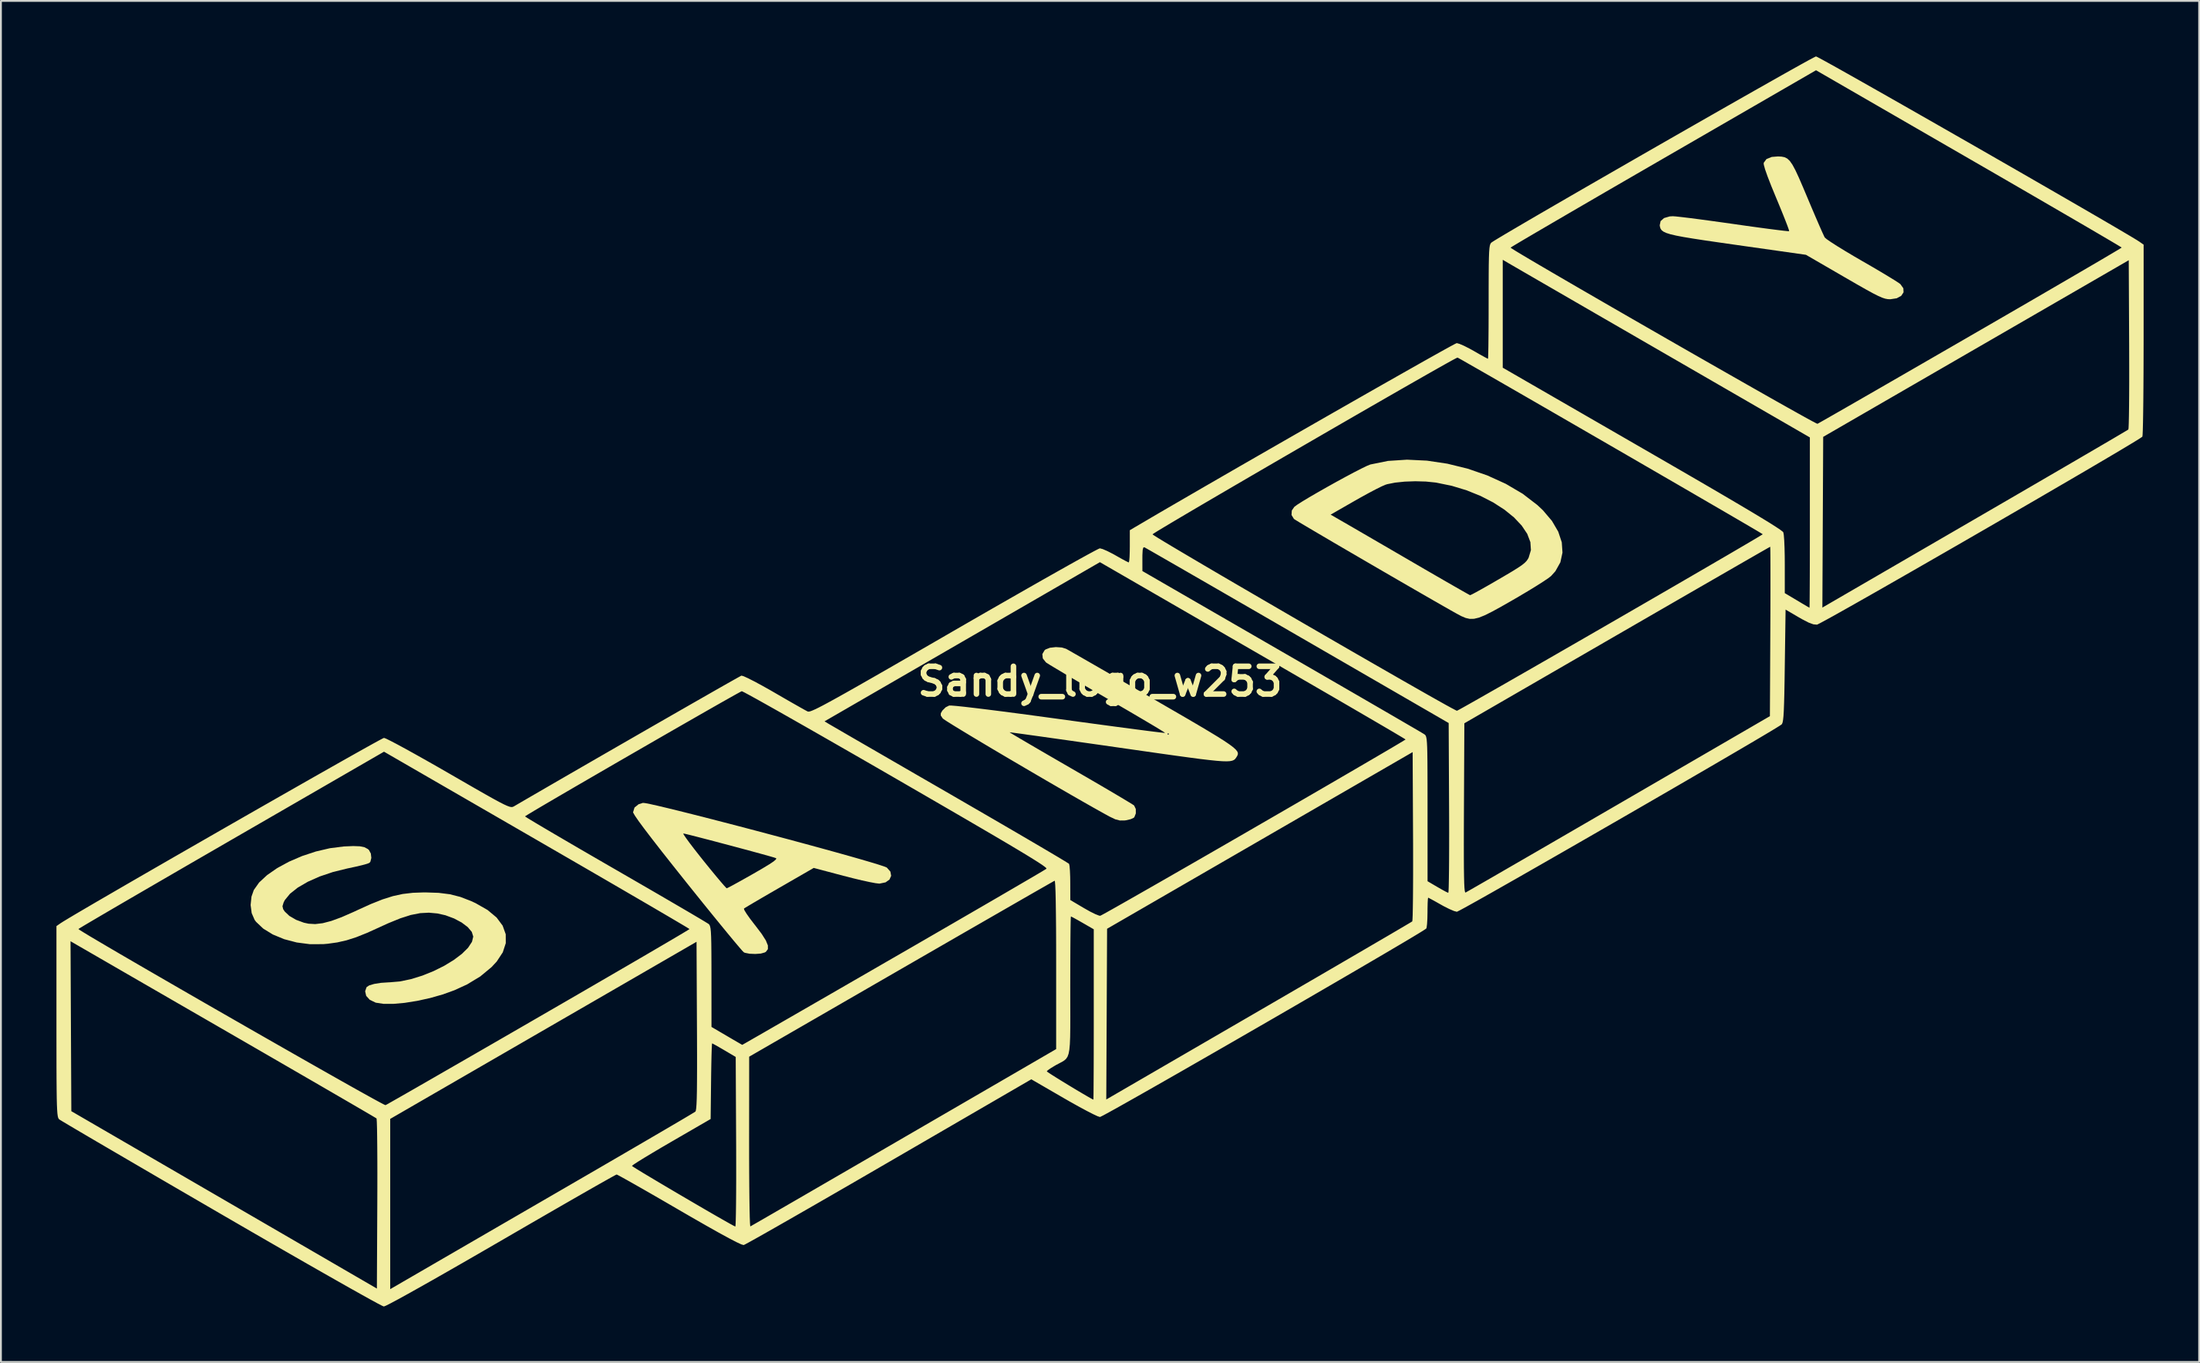
<source format=kicad_pcb>
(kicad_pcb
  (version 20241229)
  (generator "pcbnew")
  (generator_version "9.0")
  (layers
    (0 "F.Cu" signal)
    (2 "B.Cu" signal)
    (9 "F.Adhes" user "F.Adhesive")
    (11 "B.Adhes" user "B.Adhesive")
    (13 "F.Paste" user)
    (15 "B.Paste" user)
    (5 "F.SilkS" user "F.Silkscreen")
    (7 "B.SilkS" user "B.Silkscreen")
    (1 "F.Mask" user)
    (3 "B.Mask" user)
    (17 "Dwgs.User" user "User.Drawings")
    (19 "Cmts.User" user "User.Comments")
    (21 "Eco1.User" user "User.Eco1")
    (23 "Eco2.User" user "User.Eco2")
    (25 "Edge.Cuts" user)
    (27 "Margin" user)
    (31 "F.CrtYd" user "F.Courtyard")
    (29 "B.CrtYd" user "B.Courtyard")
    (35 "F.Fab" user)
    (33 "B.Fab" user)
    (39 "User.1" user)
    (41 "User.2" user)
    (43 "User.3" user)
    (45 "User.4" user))
  (footprint "Sandy_logo_w253"
    (layer "F.Cu")
    (at 56.388 33.782)
    (property "Reference" "Sandy_logo_w253" (at 0 0 0) (layer "F.SilkS") (effects (font (size 1.5 1.5) (thickness 0.3))))
    (attr board_only exclude_from_pos_files exclude_from_bom)
    (fp_poly (pts (xy 36.826 -28.367) (xy 36.99 -28.334) (xy 37.134 -28.262) (xy 37.271 -28.133) (xy 37.412 -27.93) (xy 37.571 -27.636) (xy 37.758 -27.234) (xy 37.986 -26.707) (xy 38.226 -26.138) (xy 38.457 -25.59) (xy 38.672 -25.087) (xy 38.86 -24.652) (xy 39.012 -24.308) (xy 39.117 -24.08) (xy 39.159 -23.997) (xy 39.26 -23.909) (xy 39.488 -23.751) (xy 39.822 -23.536) (xy 40.24 -23.279) (xy 40.721 -22.992) (xy 41.161 -22.736) (xy 41.684 -22.434) (xy 42.167 -22.15) (xy 42.587 -21.898) (xy 42.923 -21.692) (xy 43.151 -21.545) (xy 43.243 -21.478) (xy 43.405 -21.253) (xy 43.416 -21.034) (xy 43.292 -20.845) (xy 43.05 -20.712) (xy 42.707 -20.659) (xy 42.69 -20.659) (xy 42.559 -20.665) (xy 42.421 -20.691) (xy 42.257 -20.745) (xy 42.048 -20.837) (xy 41.773 -20.976) (xy 41.416 -21.171) (xy 40.955 -21.432) (xy 40.373 -21.768) (xy 40.214 -21.86) (xy 38.142 -23.061) (xy 34.426 -23.588) (xy 33.488 -23.722) (xy 32.703 -23.836) (xy 32.058 -23.935) (xy 31.539 -24.021) (xy 31.132 -24.098) (xy 30.823 -24.17) (xy 30.598 -24.241) (xy 30.442 -24.314) (xy 30.342 -24.392) (xy 30.284 -24.479) (xy 30.254 -24.58) (xy 30.242 -24.659) (xy 30.29 -24.884) (xy 30.478 -25.048) (xy 30.781 -25.136) (xy 30.95 -25.146) (xy 31.114 -25.134) (xy 31.424 -25.1) (xy 31.858 -25.048) (xy 32.393 -24.979) (xy 33.008 -24.896) (xy 33.68 -24.803) (xy 34.247 -24.723) (xy 34.934 -24.625) (xy 35.565 -24.538) (xy 36.123 -24.463) (xy 36.589 -24.404) (xy 36.942 -24.361) (xy 37.164 -24.339) (xy 37.235 -24.338) (xy 37.215 -24.424) (xy 37.137 -24.642) (xy 37.01 -24.971) (xy 36.843 -25.388) (xy 36.645 -25.87) (xy 36.54 -26.121) (xy 36.275 -26.765) (xy 36.072 -27.287) (xy 35.934 -27.679) (xy 35.864 -27.933) (xy 35.858 -28.03) (xy 36.008 -28.234) (xy 36.293 -28.35) (xy 36.631 -28.377)) (stroke (width 0) (type solid)) (fill yes) (layer "F.SilkS"))
    (fp_poly (pts (xy -24.57 6.574) (xy -24.294 6.628) (xy -23.885 6.72) (xy -23.359 6.845) (xy -22.733 6.998) (xy -22.02 7.177) (xy -21.237 7.376) (xy -20.399 7.592) (xy -19.521 7.82) (xy -18.619 8.057) (xy -17.709 8.299) (xy -16.805 8.54) (xy -15.924 8.778) (xy -15.08 9.008) (xy -14.29 9.226) (xy -13.568 9.428) (xy -12.93 9.61) (xy -12.391 9.768) (xy -11.968 9.897) (xy -11.675 9.993) (xy -11.528 10.053) (xy -11.519 10.058) (xy -11.328 10.275) (xy -11.286 10.501) (xy -11.377 10.705) (xy -11.587 10.855) (xy -11.901 10.921) (xy -11.941 10.922) (xy -12.13 10.9) (xy -12.45 10.84) (xy -12.868 10.749) (xy -13.352 10.633) (xy -13.87 10.5) (xy -13.876 10.499) (xy -15.47 10.076) (xy -17.323 11.145) (xy -17.832 11.439) (xy -18.293 11.707) (xy -18.685 11.937) (xy -18.988 12.116) (xy -19.181 12.233) (xy -19.243 12.274) (xy -19.218 12.358) (xy -19.103 12.546) (xy -18.916 12.812) (xy -18.674 13.128) (xy -18.629 13.184) (xy -18.283 13.64) (xy -18.057 13.995) (xy -17.947 14.265) (xy -17.946 14.464) (xy -18.05 14.605) (xy -18.113 14.644) (xy -18.327 14.704) (xy -18.627 14.726) (xy -18.938 14.713) (xy -19.186 14.664) (xy -19.245 14.638) (xy -19.326 14.557) (xy -19.501 14.355) (xy -19.762 14.046) (xy -20.098 13.641) (xy -20.498 13.153) (xy -20.953 12.595) (xy -21.453 11.978) (xy -21.986 11.315) (xy -22.315 10.905) (xy -23.054 9.977) (xy -23.686 9.177) (xy -24.21 8.503) (xy -24.432 8.213) (xy -22.519 8.213) (xy -22.495 8.275) (xy -22.378 8.45) (xy -22.181 8.72) (xy -21.918 9.065) (xy -21.602 9.467) (xy -21.421 9.694) (xy -21.075 10.122) (xy -20.763 10.501) (xy -20.502 10.812) (xy -20.306 11.039) (xy -20.193 11.16) (xy -20.171 11.176) (xy -20.082 11.136) (xy -19.871 11.025) (xy -19.561 10.855) (xy -19.176 10.64) (xy -18.74 10.393) (xy -18.739 10.393) (xy -18.235 10.101) (xy -17.871 9.88) (xy -17.633 9.721) (xy -17.512 9.616) (xy -17.495 9.557) (xy -17.509 9.547) (xy -17.629 9.508) (xy -17.884 9.434) (xy -18.25 9.332) (xy -18.703 9.208) (xy -19.216 9.069) (xy -19.765 8.922) (xy -20.326 8.773) (xy -20.872 8.628) (xy -21.38 8.496) (xy -21.823 8.381) (xy -22.178 8.291) (xy -22.418 8.233) (xy -22.519 8.213) (xy -24.432 8.213) (xy -24.627 7.957) (xy -24.935 7.54) (xy -25.134 7.25) (xy -25.225 7.09) (xy -25.231 7.066) (xy -25.154 6.813) (xy -24.935 6.635) (xy -24.699 6.561)) (stroke (width 0) (type solid)) (fill yes) (layer "F.SilkS"))
    (fp_poly (pts (xy -39.996 8.907) (xy -39.746 8.958) (xy -39.568 9.051) (xy -39.503 9.108) (xy -39.401 9.297) (xy -39.374 9.534) (xy -39.425 9.739) (xy -39.476 9.801) (xy -39.595 9.85) (xy -39.846 9.92) (xy -40.193 10.003) (xy -40.602 10.091) (xy -40.664 10.104) (xy -41.443 10.295) (xy -42.164 10.538) (xy -42.805 10.823) (xy -43.347 11.138) (xy -43.769 11.473) (xy -44.05 11.817) (xy -44.114 11.944) (xy -44.175 12.147) (xy -44.137 12.306) (xy -44.055 12.43) (xy -43.803 12.669) (xy -43.439 12.881) (xy -43.018 13.036) (xy -42.768 13.09) (xy -42.405 13.111) (xy -42.003 13.063) (xy -41.537 12.942) (xy -40.984 12.739) (xy -40.32 12.448) (xy -40.132 12.36) (xy -39.4 12.028) (xy -38.772 11.778) (xy -38.21 11.6) (xy -37.676 11.484) (xy -37.131 11.42) (xy -36.537 11.399) (xy -36.449 11.399) (xy -35.735 11.423) (xy -35.127 11.5) (xy -34.566 11.642) (xy -33.993 11.863) (xy -33.74 11.98) (xy -33.094 12.349) (xy -32.606 12.756) (xy -32.279 13.195) (xy -32.112 13.66) (xy -32.109 14.142) (xy -32.271 14.637) (xy -32.599 15.136) (xy -32.878 15.436) (xy -33.486 15.94) (xy -34.201 16.373) (xy -34.889 16.688) (xy -35.523 16.916) (xy -36.203 17.109) (xy -36.896 17.261) (xy -37.568 17.368) (xy -38.185 17.423) (xy -38.716 17.422) (xy -39.126 17.36) (xy -39.146 17.354) (xy -39.459 17.203) (xy -39.652 16.99) (xy -39.708 16.742) (xy -39.633 16.522) (xy -39.491 16.426) (xy -39.219 16.345) (xy -38.856 16.287) (xy -38.441 16.26) (xy -38.396 16.259) (xy -37.828 16.211) (xy -37.225 16.085) (xy -36.611 15.894) (xy -36.007 15.65) (xy -35.436 15.366) (xy -34.922 15.053) (xy -34.485 14.724) (xy -34.148 14.392) (xy -33.935 14.068) (xy -33.867 13.786) (xy -33.946 13.534) (xy -34.164 13.275) (xy -34.492 13.027) (xy -34.903 12.808) (xy -35.368 12.635) (xy -35.801 12.537) (xy -36.266 12.495) (xy -36.736 12.52) (xy -37.241 12.619) (xy -37.808 12.8) (xy -38.467 13.069) (xy -38.92 13.276) (xy -39.607 13.587) (xy -40.191 13.821) (xy -40.713 13.988) (xy -41.213 14.102) (xy -41.732 14.174) (xy -41.972 14.195) (xy -42.691 14.198) (xy -43.405 14.105) (xy -44.084 13.927) (xy -44.696 13.674) (xy -45.213 13.357) (xy -45.604 12.987) (xy -45.682 12.881) (xy -45.839 12.518) (xy -45.896 12.08) (xy -45.85 11.628) (xy -45.724 11.269) (xy -45.437 10.863) (xy -45.007 10.464) (xy -44.459 10.084) (xy -43.82 9.737) (xy -43.116 9.434) (xy -42.372 9.188) (xy -41.614 9.011) (xy -40.869 8.917) (xy -40.841 8.915) (xy -40.351 8.894)) (stroke (width 0) (type solid)) (fill yes) (layer "F.SilkS"))
    (fp_poly (pts (xy 17.664 -11.936) (xy 18.764 -11.772) (xy 19.858 -11.504) (xy 20.92 -11.139) (xy 21.921 -10.684) (xy 22.835 -10.147) (xy 23.633 -9.534) (xy 23.932 -9.252) (xy 24.419 -8.678) (xy 24.759 -8.096) (xy 24.949 -7.522) (xy 24.987 -6.966) (xy 24.873 -6.441) (xy 24.604 -5.96) (xy 24.37 -5.7) (xy 24.217 -5.582) (xy 23.941 -5.396) (xy 23.567 -5.158) (xy 23.119 -4.884) (xy 22.622 -4.589) (xy 22.312 -4.409) (xy 21.69 -4.053) (xy 21.19 -3.779) (xy 20.792 -3.58) (xy 20.471 -3.451) (xy 20.207 -3.388) (xy 19.975 -3.384) (xy 19.755 -3.434) (xy 19.523 -3.532) (xy 19.256 -3.674) (xy 19.256 -3.675) (xy 18.933 -3.856) (xy 18.509 -4.098) (xy 17.997 -4.391) (xy 17.415 -4.726) (xy 16.777 -5.094) (xy 16.099 -5.486) (xy 15.397 -5.893) (xy 14.686 -6.306) (xy 13.983 -6.716) (xy 13.301 -7.113) (xy 12.658 -7.489) (xy 12.069 -7.835) (xy 11.549 -8.141) (xy 11.115 -8.398) (xy 10.78 -8.597) (xy 10.563 -8.73) (xy 10.477 -8.785) (xy 10.347 -8.998) (xy 10.348 -9.018) (xy 12.459 -9.018) (xy 13.151 -8.619) (xy 13.377 -8.489) (xy 13.729 -8.285) (xy 14.188 -8.018) (xy 14.732 -7.702) (xy 15.342 -7.348) (xy 15.998 -6.966) (xy 16.679 -6.57) (xy 16.891 -6.447) (xy 17.545 -6.066) (xy 18.154 -5.714) (xy 18.702 -5.397) (xy 19.173 -5.127) (xy 19.552 -4.91) (xy 19.824 -4.757) (xy 19.972 -4.675) (xy 19.995 -4.665) (xy 20.083 -4.702) (xy 20.292 -4.812) (xy 20.598 -4.981) (xy 20.974 -5.194) (xy 21.307 -5.386) (xy 21.851 -5.703) (xy 22.268 -5.95) (xy 22.576 -6.142) (xy 22.796 -6.291) (xy 22.947 -6.413) (xy 23.05 -6.52) (xy 23.123 -6.627) (xy 23.158 -6.691) (xy 23.282 -7.102) (xy 23.252 -7.535) (xy 23.082 -7.98) (xy 22.783 -8.427) (xy 22.369 -8.866) (xy 21.852 -9.286) (xy 21.245 -9.677) (xy 20.561 -10.028) (xy 19.812 -10.331) (xy 19.011 -10.574) (xy 18.17 -10.747) (xy 18.131 -10.753) (xy 17.609 -10.806) (xy 17.037 -10.822) (xy 16.464 -10.802) (xy 15.941 -10.748) (xy 15.519 -10.664) (xy 15.409 -10.629) (xy 15.209 -10.541) (xy 14.895 -10.385) (xy 14.503 -10.178) (xy 14.065 -9.937) (xy 13.744 -9.755) (xy 12.459 -9.018) (xy 10.348 -9.018) (xy 10.362 -9.241) (xy 10.498 -9.439) (xy 10.657 -9.556) (xy 10.939 -9.736) (xy 11.318 -9.964) (xy 11.767 -10.225) (xy 12.258 -10.504) (xy 12.765 -10.787) (xy 13.262 -11.058) (xy 13.72 -11.302) (xy 14.115 -11.505) (xy 14.418 -11.652) (xy 14.603 -11.727) (xy 14.605 -11.728) (xy 15.557 -11.921) (xy 16.586 -11.988)) (stroke (width 0) (type solid)) (fill yes) (layer "F.SilkS"))
    (fp_poly (pts (xy -2.063 -1.837) (xy -1.836 -1.767) (xy -1.731 -1.709) (xy -1.493 -1.573) (xy -1.135 -1.368) (xy -0.67 -1.101) (xy -0.111 -0.78) (xy 0.528 -0.412) (xy 1.234 -0.005) (xy 1.994 0.433) (xy 2.794 0.895) (xy 2.822 0.911) (xy 3.779 1.465) (xy 4.599 1.94) (xy 5.292 2.346) (xy 5.867 2.688) (xy 6.336 2.972) (xy 6.707 3.207) (xy 6.99 3.399) (xy 7.196 3.554) (xy 7.335 3.68) (xy 7.416 3.782) (xy 7.449 3.869) (xy 7.444 3.947) (xy 7.412 4.022) (xy 7.396 4.049) (xy 7.348 4.125) (xy 7.299 4.189) (xy 7.235 4.241) (xy 7.145 4.28) (xy 7.018 4.305) (xy 6.842 4.315) (xy 6.604 4.309) (xy 6.294 4.286) (xy 5.9 4.245) (xy 5.409 4.187) (xy 4.81 4.108) (xy 4.092 4.01) (xy 3.242 3.891) (xy 2.249 3.749) (xy 1.101 3.585) (xy 0.997 3.57) (xy 0.022 3.43) (xy -0.904 3.299) (xy -1.765 3.176) (xy -2.549 3.066) (xy -3.243 2.968) (xy -3.833 2.886) (xy -4.192 2.836) (xy 3.641 2.836) (xy 3.683 2.879) (xy 3.725 2.836) (xy 3.683 2.794) (xy 3.641 2.836) (xy -4.192 2.836) (xy -4.305 2.821) (xy -4.646 2.775) (xy -4.842 2.749) (xy -4.887 2.745) (xy -4.82 2.789) (xy -4.62 2.909) (xy -4.303 3.097) (xy -3.883 3.343) (xy -3.374 3.641) (xy -2.79 3.98) (xy -2.147 4.353) (xy -1.584 4.679) (xy -0.897 5.077) (xy -0.253 5.451) (xy 0.332 5.793) (xy 0.843 6.094) (xy 1.265 6.345) (xy 1.582 6.536) (xy 1.78 6.659) (xy 1.842 6.702) (xy 1.932 6.891) (xy 1.934 7.13) (xy 1.854 7.332) (xy 1.82 7.366) (xy 1.659 7.441) (xy 1.412 7.5) (xy 1.333 7.51) (xy 1.074 7.513) (xy 0.822 7.448) (xy 0.508 7.298) (xy 0.119 7.084) (xy -0.364 6.813) (xy -0.925 6.494) (xy -1.55 6.136) (xy -2.224 5.747) (xy -2.93 5.337) (xy -3.654 4.914) (xy -4.38 4.488) (xy -5.094 4.068) (xy -5.779 3.663) (xy -6.42 3.281) (xy -7.003 2.932) (xy -7.512 2.624) (xy -7.932 2.367) (xy -8.247 2.17) (xy -8.442 2.042) (xy -8.501 1.995) (xy -8.606 1.837) (xy -8.603 1.715) (xy -8.521 1.573) (xy -8.341 1.394) (xy -8.152 1.3) (xy -8.025 1.301) (xy -7.742 1.324) (xy -7.313 1.369) (xy -6.749 1.435) (xy -6.062 1.519) (xy -5.262 1.62) (xy -4.36 1.738) (xy -3.367 1.871) (xy -2.294 2.017) (xy -2.221 2.027) (xy -1.258 2.159) (xy -0.346 2.283) (xy 0.502 2.397) (xy 1.273 2.5) (xy 1.952 2.589) (xy 2.527 2.664) (xy 2.983 2.721) (xy 3.306 2.76) (xy 3.484 2.779) (xy 3.514 2.78) (xy 3.45 2.732) (xy 3.254 2.609) (xy 2.941 2.419) (xy 2.525 2.172) (xy 2.022 1.875) (xy 1.447 1.538) (xy 0.814 1.17) (xy 0.415 0.939) (xy -0.256 0.55) (xy -0.888 0.182) (xy -1.464 -0.155) (xy -1.968 -0.452) (xy -2.382 -0.699) (xy -2.692 -0.885) (xy -2.88 -1.003) (xy -2.924 -1.034) (xy -3.093 -1.248) (xy -3.117 -1.482) (xy -2.995 -1.69) (xy -2.944 -1.731) (xy -2.707 -1.823) (xy -2.388 -1.859)) (stroke (width 0) (type solid)) (fill yes) (layer "F.SilkS"))
    (fp_poly (pts (xy 38.776 -33.741) (xy 39.001 -33.621) (xy 39.35 -33.429) (xy 39.813 -33.172) (xy 40.377 -32.855) (xy 41.033 -32.485) (xy 41.769 -32.068) (xy 42.573 -31.612) (xy 43.436 -31.121) (xy 44.344 -30.603) (xy 45.289 -30.064) (xy 46.257 -29.51) (xy 47.24 -28.948) (xy 48.224 -28.383) (xy 49.199 -27.823) (xy 50.154 -27.274) (xy 51.078 -26.741) (xy 51.96 -26.232) (xy 52.789 -25.753) (xy 53.553 -25.31) (xy 54.241 -24.91) (xy 54.843 -24.558) (xy 55.347 -24.261) (xy 55.742 -24.027) (xy 56.018 -23.86) (xy 56.155 -23.772) (xy 56.388 -23.61) (xy 56.387 -18.473) (xy 56.385 -17.554) (xy 56.382 -16.684) (xy 56.377 -15.879) (xy 56.371 -15.153) (xy 56.363 -14.521) (xy 56.354 -13.999) (xy 56.344 -13.6) (xy 56.333 -13.341) (xy 56.322 -13.235) (xy 56.322 -13.235) (xy 56.236 -13.172) (xy 56.015 -13.032) (xy 55.669 -12.821) (xy 55.209 -12.545) (xy 54.646 -12.211) (xy 53.992 -11.825) (xy 53.257 -11.393) (xy 52.453 -10.923) (xy 51.59 -10.42) (xy 50.681 -9.89) (xy 49.735 -9.341) (xy 48.764 -8.778) (xy 47.779 -8.208) (xy 46.792 -7.638) (xy 45.812 -7.073) (xy 44.852 -6.521) (xy 43.923 -5.987) (xy 43.035 -5.479) (xy 42.2 -5.001) (xy 41.428 -4.562) (xy 40.731 -4.167) (xy 40.121 -3.823) (xy 39.607 -3.535) (xy 39.201 -3.312) (xy 38.915 -3.158) (xy 38.759 -3.08) (xy 38.735 -3.072) (xy 38.546 -3.089) (xy 38.287 -3.184) (xy 37.931 -3.368) (xy 37.761 -3.465) (xy 37.042 -3.886) (xy 36.999 -0.845) (xy 36.987 -0.028) (xy 36.975 0.637) (xy 36.961 1.163) (xy 36.946 1.569) (xy 36.928 1.869) (xy 36.906 2.079) (xy 36.88 2.216) (xy 36.848 2.295) (xy 36.83 2.318) (xy 36.729 2.388) (xy 36.494 2.534) (xy 36.135 2.751) (xy 35.664 3.031) (xy 35.092 3.369) (xy 34.429 3.758) (xy 33.687 4.192) (xy 32.878 4.664) (xy 32.011 5.168) (xy 31.099 5.698) (xy 30.151 6.247) (xy 29.18 6.809) (xy 28.197 7.377) (xy 27.211 7.945) (xy 26.236 8.507) (xy 25.28 9.056) (xy 24.357 9.586) (xy 23.476 10.09) (xy 22.649 10.563) (xy 21.886 10.997) (xy 21.2 11.387) (xy 20.601 11.725) (xy 20.099 12.006) (xy 19.707 12.223) (xy 19.435 12.37) (xy 19.294 12.44) (xy 19.278 12.445) (xy 19.124 12.404) (xy 18.869 12.295) (xy 18.56 12.139) (xy 18.426 12.064) (xy 18.13 11.897) (xy 17.893 11.767) (xy 17.752 11.694) (xy 17.728 11.684) (xy 17.714 11.762) (xy 17.702 11.973) (xy 17.695 12.278) (xy 17.694 12.467) (xy 17.687 12.822) (xy 17.669 13.116) (xy 17.644 13.306) (xy 17.631 13.347) (xy 17.546 13.408) (xy 17.326 13.547) (xy 16.981 13.756) (xy 16.522 14.031) (xy 15.96 14.363) (xy 15.307 14.748) (xy 14.573 15.178) (xy 13.77 15.648) (xy 12.908 16.15) (xy 11.999 16.679) (xy 11.054 17.228) (xy 10.083 17.791) (xy 9.098 18.361) (xy 8.11 18.931) (xy 7.129 19.497) (xy 6.168 20.05) (xy 5.236 20.585) (xy 4.346 21.096) (xy 3.507 21.575) (xy 2.732 22.017) (xy 2.03 22.415) (xy 1.414 22.763) (xy 0.895 23.055) (xy 0.482 23.283) (xy 0.188 23.443) (xy 0.023 23.526) (xy -0.007 23.537) (xy -0.132 23.496) (xy -0.38 23.38) (xy -0.727 23.202) (xy -1.152 22.973) (xy -1.631 22.705) (xy -1.955 22.519) (xy -3.713 21.5) (xy -11.397 25.962) (xy -12.448 26.572) (xy -13.459 27.158) (xy -14.422 27.714) (xy -15.326 28.235) (xy -16.162 28.715) (xy -16.919 29.149) (xy -17.587 29.53) (xy -18.157 29.854) (xy -18.619 30.114) (xy -18.963 30.305) (xy -19.179 30.422) (xy -19.256 30.458) (xy -19.379 30.423) (xy -19.645 30.3) (xy -20.051 30.089) (xy -20.596 29.792) (xy -21.278 29.408) (xy -22.095 28.94) (xy -22.733 28.57) (xy -23.416 28.173) (xy -24.054 27.804) (xy -24.634 27.471) (xy -25.14 27.183) (xy -25.556 26.948) (xy -25.868 26.775) (xy -26.061 26.671) (xy -26.12 26.645) (xy -26.204 26.686) (xy -26.424 26.807) (xy -26.768 27) (xy -27.227 27.259) (xy -27.787 27.579) (xy -28.44 27.953) (xy -29.174 28.375) (xy -29.978 28.839) (xy -30.841 29.338) (xy -31.752 29.866) (xy -32.349 30.213) (xy -33.396 30.819) (xy -34.374 31.383) (xy -35.274 31.899) (xy -36.088 32.363) (xy -36.808 32.769) (xy -37.425 33.114) (xy -37.931 33.392) (xy -38.316 33.598) (xy -38.574 33.729) (xy -38.695 33.778) (xy -38.699 33.778) (xy -38.798 33.736) (xy -39.033 33.614) (xy -39.396 33.417) (xy -39.877 33.15) (xy -40.426 32.842) (xy -38.354 32.842) (xy -37.148 32.142) (xy -36.897 31.997) (xy -36.513 31.774) (xy -36.008 31.481) (xy -35.393 31.124) (xy -34.682 30.712) (xy -33.887 30.251) (xy -33.02 29.748) (xy -32.094 29.211) (xy -31.121 28.647) (xy -30.115 28.064) (xy -29.087 27.468) (xy -28.956 27.392) (xy -27.955 26.811) (xy -26.995 26.254) (xy -26.87 26.181) (xy -25.292 26.181) (xy -25.218 26.234) (xy -25.017 26.361) (xy -24.708 26.55) (xy -24.31 26.788) (xy -23.844 27.066) (xy -23.329 27.371) (xy -22.785 27.692) (xy -22.23 28.017) (xy -21.685 28.336) (xy -21.169 28.636) (xy -20.701 28.906) (xy -20.301 29.134) (xy -19.989 29.31) (xy -19.783 29.422) (xy -19.705 29.458) (xy -19.694 29.377) (xy -19.684 29.142) (xy -19.675 28.769) (xy -19.668 28.272) (xy -19.663 27.668) (xy -19.66 26.97) (xy -19.66 26.196) (xy -19.661 25.361) (xy -19.663 24.878) (xy -18.962 24.878) (xy -18.961 25.742) (xy -18.958 26.552) (xy -18.953 27.292) (xy -18.946 27.949) (xy -18.937 28.506) (xy -18.927 28.948) (xy -18.915 29.259) (xy -18.902 29.426) (xy -18.895 29.45) (xy -18.813 29.404) (xy -18.595 29.279) (xy -18.249 29.08) (xy -17.785 28.812) (xy -17.212 28.48) (xy -16.539 28.091) (xy -15.776 27.649) (xy -14.932 27.159) (xy -14.016 26.628) (xy -13.038 26.061) (xy -12.007 25.463) (xy -10.932 24.839) (xy -10.597 24.644) (xy -4.441 21.07) (xy -2.879 21.07) (xy -2.81 21.123) (xy -2.625 21.245) (xy -2.351 21.418) (xy -2.017 21.625) (xy -1.651 21.848) (xy -1.283 22.07) (xy -0.94 22.273) (xy -0.652 22.441) (xy -0.448 22.556) (xy -0.36 22.599) (xy -0.359 22.591) (xy 0.337 22.591) (xy 8.572 17.81) (xy 9.658 17.179) (xy 10.704 16.571) (xy 11.7 15.992) (xy 12.636 15.447) (xy 13.503 14.941) (xy 14.292 14.481) (xy 14.993 14.071) (xy 15.598 13.718) (xy 16.096 13.425) (xy 16.479 13.2) (xy 16.737 13.047) (xy 16.861 12.972) (xy 16.871 12.965) (xy 16.882 12.871) (xy 16.893 12.623) (xy 16.901 12.237) (xy 16.908 11.729) (xy 16.913 11.115) (xy 16.916 10.411) (xy 16.916 9.632) (xy 16.915 8.793) (xy 16.913 8.359) (xy 16.891 3.816) (xy 8.636 8.59) (xy 0.381 13.364) (xy 0.359 17.978) (xy 0.337 22.591) (xy -0.359 22.591) (xy -0.356 22.518) (xy -0.352 22.284) (xy -0.349 21.91) (xy -0.346 21.413) (xy -0.343 20.809) (xy -0.341 20.111) (xy -0.34 19.336) (xy -0.339 18.5) (xy -0.339 17.999) (xy -0.339 13.392) (xy -0.939 13.046) (xy -1.22 12.886) (xy -1.44 12.765) (xy -1.562 12.704) (xy -1.574 12.7) (xy -1.581 12.782) (xy -1.588 13.016) (xy -1.594 13.385) (xy -1.599 13.873) (xy -1.603 14.462) (xy -1.606 15.135) (xy -1.608 15.876) (xy -1.609 16.455) (xy -1.608 17.36) (xy -1.606 18.112) (xy -1.608 18.726) (xy -1.615 19.218) (xy -1.631 19.603) (xy -1.658 19.898) (xy -1.699 20.118) (xy -1.757 20.279) (xy -1.836 20.396) (xy -1.937 20.485) (xy -2.064 20.563) (xy -2.219 20.644) (xy -2.392 20.736) (xy -2.639 20.884) (xy -2.815 21.004) (xy -2.879 21.07) (xy -4.441 21.07) (xy -2.371 19.867) (xy -2.371 15.303) (xy -2.372 14.261) (xy -2.376 13.34) (xy -2.384 12.549) (xy -2.393 11.894) (xy -2.405 11.382) (xy -2.42 11.019) (xy -2.437 10.814) (xy -2.451 10.767) (xy -2.534 10.812) (xy -2.754 10.937) (xy -3.101 11.135) (xy -3.568 11.402) (xy -4.143 11.732) (xy -4.817 12.12) (xy -5.582 12.56) (xy -6.428 13.047) (xy -7.346 13.575) (xy -8.325 14.14) (xy -9.357 14.735) (xy -10.433 15.356) (xy -10.745 15.536) (xy -18.958 20.278) (xy -18.962 24.878) (xy -19.663 24.878) (xy -19.663 24.878) (xy -19.685 20.292) (xy -20.306 19.925) (xy -20.591 19.759) (xy -20.816 19.632) (xy -20.945 19.564) (xy -20.961 19.558) (xy -20.971 19.639) (xy -20.982 19.866) (xy -20.993 20.216) (xy -21.003 20.667) (xy -21.012 21.194) (xy -21.017 21.602) (xy -21.04 23.646) (xy -23.176 24.883) (xy -23.718 25.199) (xy -24.208 25.49) (xy -24.628 25.743) (xy -24.96 25.949) (xy -25.186 26.096) (xy -25.288 26.173) (xy -25.292 26.181) (xy -26.87 26.181) (xy -26.086 25.725) (xy -25.238 25.231) (xy -24.461 24.778) (xy -23.767 24.372) (xy -23.164 24.019) (xy -22.663 23.725) (xy -22.275 23.495) (xy -22.01 23.336) (xy -21.877 23.255) (xy -21.864 23.246) (xy -21.84 23.19) (xy -21.82 23.061) (xy -21.804 22.849) (xy -21.791 22.542) (xy -21.782 22.129) (xy -21.777 21.599) (xy -21.774 20.939) (xy -21.774 20.138) (xy -21.777 19.186) (xy -21.78 18.608) (xy -21.802 14.068) (xy -30.078 18.854) (xy -38.354 23.64) (xy -38.354 28.241) (xy -38.354 32.842) (xy -40.426 32.842) (xy -40.468 32.819) (xy -41.157 32.429) (xy -41.938 31.985) (xy -42.799 31.494) (xy -43.732 30.959) (xy -44.727 30.386) (xy -45.775 29.781) (xy -46.867 29.148) (xy -47.498 28.782) (xy -48.61 28.135) (xy -49.683 27.511) (xy -50.707 26.915) (xy -51.673 26.351) (xy -52.572 25.826) (xy -53.395 25.345) (xy -54.132 24.914) (xy -54.774 24.537) (xy -55.311 24.221) (xy -55.735 23.97) (xy -56.037 23.79) (xy -56.206 23.687) (xy -56.24 23.664) (xy -56.27 23.629) (xy -56.297 23.573) (xy -56.318 23.482) (xy -56.337 23.343) (xy -56.351 23.144) (xy -56.363 22.872) (xy -56.372 22.515) (xy -56.378 22.059) (xy -56.383 21.492) (xy -56.386 20.801) (xy -56.387 19.973) (xy -56.388 18.996) (xy -56.388 18.379) (xy -56.388 14.038) (xy -55.627 14.038) (xy -55.606 18.63) (xy -55.584 23.223) (xy -47.329 28.016) (xy -39.074 32.81) (xy -39.052 28.242) (xy -39.049 27.378) (xy -39.048 26.565) (xy -39.05 25.819) (xy -39.054 25.156) (xy -39.06 24.591) (xy -39.067 24.14) (xy -39.077 23.819) (xy -39.088 23.643) (xy -39.094 23.614) (xy -39.175 23.565) (xy -39.392 23.436) (xy -39.737 23.234) (xy -40.2 22.964) (xy -40.772 22.631) (xy -41.442 22.242) (xy -42.201 21.801) (xy -43.04 21.315) (xy -43.95 20.788) (xy -44.919 20.227) (xy -45.939 19.637) (xy -47.001 19.023) (xy -47.032 19.005) (xy -48.102 18.387) (xy -49.136 17.79) (xy -50.123 17.22) (xy -51.054 16.682) (xy -51.919 16.182) (xy -52.707 15.727) (xy -53.408 15.321) (xy -54.014 14.971) (xy -54.512 14.683) (xy -54.894 14.462) (xy -55.149 14.315) (xy -55.267 14.247) (xy -55.627 14.038) (xy -56.388 14.038) (xy -56.388 13.378) (xy -55.201 13.378) (xy -55.13 13.431) (xy -54.922 13.561) (xy -54.591 13.762) (xy -54.145 14.026) (xy -53.598 14.348) (xy -52.96 14.722) (xy -52.243 15.139) (xy -51.458 15.595) (xy -50.616 16.082) (xy -49.729 16.595) (xy -48.808 17.126) (xy -47.864 17.669) (xy -46.908 18.217) (xy -45.953 18.765) (xy -45.009 19.305) (xy -44.087 19.831) (xy -43.2 20.337) (xy -42.357 20.816) (xy -41.572 21.261) (xy -40.854 21.667) (xy -40.215 22.026) (xy -39.667 22.332) (xy -39.221 22.578) (xy -38.888 22.759) (xy -38.68 22.867) (xy -38.608 22.897) (xy -38.519 22.85) (xy -38.293 22.722) (xy -37.94 22.521) (xy -37.468 22.252) (xy -36.888 21.919) (xy -36.209 21.529) (xy -35.441 21.086) (xy -34.592 20.598) (xy -33.673 20.068) (xy -32.692 19.502) (xy -31.66 18.906) (xy -30.586 18.285) (xy -30.332 18.138) (xy -29.252 17.513) (xy -28.214 16.912) (xy -27.227 16.339) (xy -26.301 15.801) (xy -25.444 15.303) (xy -24.667 14.85) (xy -23.978 14.447) (xy -23.387 14.101) (xy -22.903 13.816) (xy -22.536 13.598) (xy -22.294 13.452) (xy -22.188 13.385) (xy -22.183 13.38) (xy -22.255 13.333) (xy -22.464 13.206) (xy -22.802 13.006) (xy -23.258 12.737) (xy -23.824 12.405) (xy -24.49 12.015) (xy -25.248 11.574) (xy -26.087 11.085) (xy -26.999 10.555) (xy -27.975 9.989) (xy -29.004 9.393) (xy -30.079 8.771) (xy -30.436 8.564) (xy -32.64 7.29) (xy -31.069 7.29) (xy -30.998 7.34) (xy -30.793 7.467) (xy -30.464 7.665) (xy -30.025 7.925) (xy -29.487 8.242) (xy -28.863 8.607) (xy -28.164 9.015) (xy -27.402 9.457) (xy -26.59 9.927) (xy -26.183 10.162) (xy -25.346 10.646) (xy -24.549 11.107) (xy -23.806 11.538) (xy -23.129 11.933) (xy -22.531 12.282) (xy -22.023 12.58) (xy -21.619 12.819) (xy -21.331 12.992) (xy -21.172 13.09) (xy -21.145 13.109) (xy -21.104 13.155) (xy -21.072 13.23) (xy -21.046 13.35) (xy -21.027 13.533) (xy -21.014 13.799) (xy -21.005 14.163) (xy -21 14.645) (xy -20.997 15.262) (xy -20.996 15.952) (xy -20.995 18.669) (xy -20.171 19.152) (xy -19.842 19.345) (xy -19.573 19.501) (xy -19.394 19.605) (xy -19.334 19.639) (xy -19.26 19.598) (xy -19.049 19.478) (xy -18.711 19.283) (xy -18.253 19.021) (xy -17.687 18.694) (xy -17.02 18.31) (xy -16.263 17.874) (xy -15.424 17.39) (xy -14.513 16.865) (xy -13.54 16.303) (xy -12.513 15.711) (xy -11.442 15.092) (xy -11.163 14.931) (xy -10.08 14.306) (xy -9.037 13.702) (xy -8.044 13.127) (xy -7.11 12.585) (xy -6.244 12.083) (xy -5.456 11.625) (xy -4.757 11.217) (xy -4.154 10.865) (xy -3.657 10.575) (xy -3.277 10.351) (xy -3.023 10.199) (xy -2.903 10.125) (xy -2.895 10.119) (xy -2.904 10.087) (xy -2.973 10.024) (xy -3.109 9.924) (xy -3.318 9.785) (xy -3.607 9.602) (xy -3.982 9.371) (xy -4.45 9.089) (xy -5.019 8.75) (xy -5.694 8.352) (xy -6.482 7.891) (xy -7.39 7.361) (xy -8.424 6.76) (xy -9.592 6.083) (xy -10.899 5.326) (xy -11.015 5.259) (xy -12.102 4.631) (xy -13.149 4.028) (xy -14.147 3.455) (xy -15.086 2.917) (xy -15.956 2.42) (xy -16.426 2.153) (xy -14.886 2.153) (xy -14.661 2.29) (xy -14.555 2.352) (xy -14.313 2.492) (xy -13.947 2.705) (xy -13.468 2.983) (xy -12.886 3.32) (xy -12.212 3.709) (xy -11.459 4.145) (xy -10.636 4.621) (xy -9.755 5.131) (xy -8.826 5.667) (xy -8.086 6.095) (xy -7.133 6.647) (xy -6.222 7.175) (xy -5.363 7.674) (xy -4.568 8.137) (xy -3.847 8.559) (xy -3.211 8.932) (xy -2.67 9.251) (xy -2.235 9.509) (xy -1.917 9.701) (xy -1.727 9.819) (xy -1.673 9.856) (xy -1.648 9.974) (xy -1.627 10.223) (xy -1.613 10.563) (xy -1.609 10.88) (xy -1.606 11.811) (xy -0.866 12.249) (xy -0.541 12.432) (xy -0.259 12.572) (xy -0.059 12.651) (xy 0.011 12.662) (xy 0.101 12.617) (xy 0.328 12.493) (xy 0.683 12.294) (xy 1.155 12.027) (xy 1.737 11.696) (xy 2.417 11.308) (xy 3.187 10.868) (xy 4.037 10.38) (xy 4.958 9.851) (xy 5.939 9.286) (xy 6.973 8.69) (xy 8.048 8.069) (xy 8.329 7.906) (xy 9.411 7.28) (xy 10.451 6.678) (xy 11.44 6.104) (xy 12.369 5.565) (xy 13.227 5.065) (xy 14.007 4.611) (xy 14.698 4.207) (xy 15.291 3.86) (xy 15.778 3.574) (xy 16.148 3.354) (xy 16.393 3.207) (xy 16.503 3.138) (xy 16.508 3.133) (xy 16.436 3.086) (xy 16.226 2.96) (xy 15.889 2.76) (xy 15.432 2.491) (xy 14.866 2.16) (xy 14.199 1.771) (xy 13.441 1.329) (xy 12.602 0.841) (xy 11.689 0.312) (xy 10.713 -0.254) (xy 9.684 -0.85) (xy 8.609 -1.471) (xy 8.249 -1.679) (xy -0.007 -6.449) (xy -7.447 -2.148) (xy -14.886 2.153) (xy -16.426 2.153) (xy -16.749 1.969) (xy -17.455 1.569) (xy -18.064 1.226) (xy -18.567 0.945) (xy -18.955 0.732) (xy -19.218 0.591) (xy -19.347 0.528) (xy -19.358 0.525) (xy -19.45 0.571) (xy -19.675 0.694) (xy -20.017 0.886) (xy -20.464 1.138) (xy -21.002 1.444) (xy -21.618 1.796) (xy -22.298 2.186) (xy -23.029 2.605) (xy -23.797 3.047) (xy -24.589 3.504) (xy -25.391 3.967) (xy -26.191 4.429) (xy -26.974 4.883) (xy -27.727 5.32) (xy -28.437 5.732) (xy -29.09 6.113) (xy -29.673 6.454) (xy -30.172 6.747) (xy -30.574 6.985) (xy -30.865 7.16) (xy -31.033 7.264) (xy -31.069 7.29) (xy -32.64 7.29) (xy -38.689 3.794) (xy -46.944 8.564) (xy -48.031 9.193) (xy -49.077 9.798) (xy -50.071 10.375) (xy -51.005 10.917) (xy -51.869 11.419) (xy -52.655 11.876) (xy -53.352 12.283) (xy -53.952 12.634) (xy -54.445 12.924) (xy -54.823 13.147) (xy -55.075 13.298) (xy -55.193 13.372) (xy -55.201 13.378) (xy -56.388 13.378) (xy -56.388 13.22) (xy -56.155 13.058) (xy -55.999 12.959) (xy -55.713 12.786) (xy -55.308 12.545) (xy -54.795 12.244) (xy -54.185 11.887) (xy -53.489 11.483) (xy -52.719 11.036) (xy -51.886 10.554) (xy -51 10.043) (xy -50.072 9.508) (xy -49.115 8.958) (xy -48.138 8.397) (xy -47.154 7.832) (xy -46.173 7.27) (xy -45.206 6.717) (xy -44.264 6.18) (xy -43.359 5.664) (xy -42.502 5.176) (xy -41.703 4.723) (xy -40.974 4.31) (xy -40.326 3.945) (xy -39.77 3.633) (xy -39.317 3.381) (xy -38.978 3.195) (xy -38.765 3.082) (xy -38.689 3.048) (xy -38.578 3.089) (xy -38.337 3.208) (xy -37.981 3.394) (xy -37.525 3.641) (xy -36.987 3.939) (xy -36.38 4.28) (xy -35.722 4.654) (xy -35.19 4.96) (xy -34.407 5.412) (xy -33.758 5.786) (xy -33.227 6.089) (xy -32.803 6.327) (xy -32.472 6.507) (xy -32.22 6.636) (xy -32.034 6.721) (xy -31.901 6.769) (xy -31.807 6.786) (xy -31.738 6.779) (xy -31.682 6.756) (xy -31.668 6.748) (xy -31.023 6.372) (xy -30.308 5.957) (xy -29.535 5.509) (xy -28.716 5.035) (xy -27.864 4.543) (xy -26.991 4.039) (xy -26.11 3.531) (xy -25.232 3.026) (xy -24.371 2.53) (xy -23.538 2.052) (xy -22.747 1.598) (xy -22.009 1.175) (xy -21.337 0.791) (xy -20.744 0.452) (xy -20.241 0.166) (xy -19.841 -0.06) (xy -19.557 -0.219) (xy -19.402 -0.304) (xy -19.376 -0.317) (xy -19.264 -0.287) (xy -19.03 -0.181) (xy -18.697 -0.013) (xy -18.286 0.208) (xy -17.822 0.468) (xy -17.611 0.59) (xy -17.127 0.87) (xy -16.683 1.126) (xy -16.302 1.342) (xy -16.01 1.507) (xy -15.83 1.605) (xy -15.794 1.622) (xy -15.75 1.629) (xy -15.68 1.618) (xy -15.575 1.582) (xy -15.427 1.518) (xy -15.227 1.422) (xy -14.968 1.289) (xy -14.641 1.113) (xy -14.239 0.892) (xy -13.752 0.62) (xy -13.172 0.292) (xy -12.492 -0.096) (xy -11.703 -0.548) (xy -10.797 -1.069) (xy -9.765 -1.664) (xy -8.6 -2.337) (xy -7.898 -2.743) (xy -6.845 -3.351) (xy -5.831 -3.934) (xy -4.866 -4.487) (xy -3.959 -5.005) (xy -3.122 -5.482) (xy -2.362 -5.911) (xy -1.691 -6.289) (xy -1.119 -6.608) (xy -0.654 -6.864) (xy -0.307 -7.051) (xy -0.088 -7.164) (xy -0.009 -7.197) (xy 0.146 -7.156) (xy 0.4 -7.046) (xy 0.708 -6.889) (xy 0.838 -6.816) (xy 1.136 -6.647) (xy 1.378 -6.516) (xy 1.526 -6.444) (xy 1.553 -6.435) (xy 1.576 -6.513) (xy 1.587 -6.634) (xy 2.288 -6.634) (xy 2.289 -5.969) (xy 9.823 -1.616) (xy 10.865 -1.014) (xy 11.867 -0.435) (xy 12.82 0.117) (xy 13.714 0.634) (xy 14.538 1.112) (xy 15.283 1.544) (xy 15.939 1.925) (xy 16.495 2.249) (xy 16.942 2.509) (xy 17.27 2.701) (xy 17.468 2.819) (xy 17.526 2.855) (xy 17.566 2.887) (xy 17.599 2.933) (xy 17.625 3.009) (xy 17.647 3.128) (xy 17.663 3.307) (xy 17.676 3.558) (xy 17.684 3.898) (xy 17.69 4.341) (xy 17.693 4.902) (xy 17.695 5.596) (xy 17.696 6.437) (xy 17.696 6.884) (xy 17.697 10.795) (xy 18.225 11.105) (xy 18.493 11.258) (xy 18.703 11.371) (xy 18.814 11.421) (xy 18.818 11.422) (xy 18.83 11.342) (xy 18.84 11.107) (xy 18.848 10.734) (xy 18.855 10.237) (xy 18.86 9.633) (xy 18.863 8.936) (xy 18.863 8.76) (xy 19.657 8.76) (xy 19.658 9.487) (xy 19.661 10.079) (xy 19.668 10.546) (xy 19.677 10.899) (xy 19.69 11.151) (xy 19.707 11.311) (xy 19.727 11.392) (xy 19.748 11.407) (xy 19.834 11.359) (xy 20.057 11.232) (xy 20.407 11.031) (xy 20.876 10.761) (xy 21.453 10.428) (xy 22.129 10.037) (xy 22.895 9.594) (xy 23.742 9.104) (xy 24.659 8.572) (xy 25.638 8.004) (xy 26.669 7.406) (xy 27.742 6.783) (xy 28.025 6.619) (xy 36.195 1.873) (xy 36.217 -2.704) (xy 36.221 -3.567) (xy 36.223 -4.376) (xy 36.224 -5.117) (xy 36.224 -5.775) (xy 36.223 -6.333) (xy 36.221 -6.776) (xy 36.218 -7.089) (xy 36.213 -7.257) (xy 36.21 -7.281) (xy 36.135 -7.24) (xy 35.922 -7.119) (xy 35.581 -6.924) (xy 35.122 -6.66) (xy 34.553 -6.333) (xy 33.884 -5.947) (xy 33.124 -5.509) (xy 32.283 -5.024) (xy 31.369 -4.497) (xy 30.393 -3.933) (xy 29.362 -3.337) (xy 28.288 -2.716) (xy 27.933 -2.511) (xy 19.685 2.259) (xy 19.663 6.854) (xy 19.659 7.886) (xy 19.657 8.76) (xy 18.863 8.76) (xy 18.864 8.162) (xy 18.862 7.326) (xy 18.86 6.838) (xy 18.838 2.245) (xy 10.668 -2.483) (xy 9.585 -3.11) (xy 8.542 -3.714) (xy 7.548 -4.288) (xy 6.614 -4.828) (xy 5.748 -5.328) (xy 4.96 -5.782) (xy 4.26 -6.186) (xy 3.656 -6.533) (xy 3.159 -6.819) (xy 2.778 -7.038) (xy 2.521 -7.184) (xy 2.4 -7.252) (xy 2.392 -7.256) (xy 2.336 -7.234) (xy 2.303 -7.099) (xy 2.289 -6.828) (xy 2.288 -6.634) (xy 1.587 -6.634) (xy 1.595 -6.726) (xy 1.606 -7.038) (xy 1.609 -7.305) (xy 1.609 -7.953) (xy 2.836 -7.953) (xy 2.908 -7.9) (xy 3.115 -7.769) (xy 3.446 -7.567) (xy 3.891 -7.3) (xy 4.437 -6.976) (xy 5.073 -6.6) (xy 5.788 -6.179) (xy 6.57 -5.72) (xy 7.409 -5.23) (xy 8.293 -4.715) (xy 9.21 -4.181) (xy 10.149 -3.635) (xy 11.1 -3.083) (xy 12.049 -2.533) (xy 12.987 -1.991) (xy 13.902 -1.463) (xy 14.783 -0.956) (xy 15.618 -0.477) (xy 16.395 -0.031) (xy 17.104 0.373) (xy 17.733 0.731) (xy 18.271 1.034) (xy 18.707 1.278) (xy 19.029 1.454) (xy 19.226 1.557) (xy 19.285 1.582) (xy 19.371 1.538) (xy 19.595 1.415) (xy 19.946 1.218) (xy 20.415 0.952) (xy 20.993 0.623) (xy 21.671 0.237) (xy 22.438 -0.203) (xy 23.286 -0.689) (xy 24.205 -1.217) (xy 25.186 -1.782) (xy 26.219 -2.377) (xy 27.295 -2.998) (xy 27.602 -3.175) (xy 28.686 -3.802) (xy 29.728 -4.405) (xy 30.719 -4.979) (xy 31.649 -5.519) (xy 32.51 -6.019) (xy 33.291 -6.474) (xy 33.985 -6.878) (xy 34.58 -7.227) (xy 35.069 -7.514) (xy 35.442 -7.734) (xy 35.689 -7.883) (xy 35.802 -7.953) (xy 35.808 -7.959) (xy 35.736 -8.004) (xy 35.529 -8.128) (xy 35.198 -8.323) (xy 34.754 -8.583) (xy 34.209 -8.901) (xy 33.573 -9.272) (xy 32.858 -9.687) (xy 32.076 -10.142) (xy 31.238 -10.629) (xy 30.354 -11.141) (xy 29.437 -11.673) (xy 28.497 -12.218) (xy 27.547 -12.768) (xy 26.596 -13.318) (xy 25.657 -13.861) (xy 24.741 -14.391) (xy 23.858 -14.901) (xy 23.021 -15.384) (xy 22.241 -15.834) (xy 21.529 -16.244) (xy 20.896 -16.608) (xy 20.353 -16.919) (xy 19.912 -17.171) (xy 19.585 -17.358) (xy 19.382 -17.471) (xy 19.315 -17.506) (xy 19.233 -17.469) (xy 19.015 -17.353) (xy 18.675 -17.164) (xy 18.222 -16.909) (xy 17.669 -16.596) (xy 17.026 -16.229) (xy 16.305 -15.817) (xy 15.518 -15.365) (xy 14.675 -14.88) (xy 13.788 -14.369) (xy 12.868 -13.838) (xy 11.927 -13.293) (xy 10.976 -12.742) (xy 10.026 -12.191) (xy 9.088 -11.646) (xy 8.174 -11.114) (xy 7.296 -10.602) (xy 6.463 -10.115) (xy 5.689 -9.662) (xy 4.984 -9.248) (xy 4.359 -8.879) (xy 3.826 -8.563) (xy 3.396 -8.305) (xy 3.08 -8.114) (xy 2.89 -7.994) (xy 2.836 -7.953) (xy 1.609 -7.953) (xy 1.609 -8.176) (xy 1.884 -8.339) (xy 2.471 -8.684) (xy 3.148 -9.081) (xy 3.906 -9.522) (xy 4.733 -10.002) (xy 5.618 -10.515) (xy 6.551 -11.054) (xy 7.52 -11.613) (xy 8.516 -12.186) (xy 9.527 -12.767) (xy 10.543 -13.35) (xy 11.553 -13.929) (xy 12.545 -14.497) (xy 13.51 -15.048) (xy 14.437 -15.577) (xy 15.314 -16.076) (xy 16.132 -16.54) (xy 16.879 -16.963) (xy 17.544 -17.339) (xy 18.117 -17.66) (xy 18.587 -17.922) (xy 18.943 -18.118) (xy 19.175 -18.242) (xy 19.272 -18.288) (xy 19.273 -18.288) (xy 19.424 -18.247) (xy 19.678 -18.137) (xy 19.993 -17.976) (xy 20.193 -17.865) (xy 20.505 -17.686) (xy 20.759 -17.545) (xy 20.921 -17.459) (xy 20.962 -17.441) (xy 20.97 -17.523) (xy 20.977 -17.755) (xy 20.984 -18.119) (xy 20.989 -18.595) (xy 20.994 -19.166) (xy 20.996 -19.812) (xy 20.997 -20.515) (xy 20.997 -20.519) (xy 20.998 -21.326) (xy 21 -21.981) (xy 21.004 -22.5) (xy 21.01 -22.792) (xy 21.759 -22.792) (xy 21.759 -19.876) (xy 21.759 -16.96) (xy 29.301 -12.607) (xy 30.623 -11.843) (xy 31.804 -11.159) (xy 32.847 -10.553) (xy 33.758 -10.02) (xy 34.543 -9.558) (xy 35.206 -9.164) (xy 35.752 -8.835) (xy 36.188 -8.568) (xy 36.517 -8.359) (xy 36.746 -8.206) (xy 36.879 -8.105) (xy 36.921 -8.059) (xy 36.946 -7.913) (xy 36.968 -7.63) (xy 36.985 -7.239) (xy 36.996 -6.773) (xy 36.999 -6.32) (xy 36.999 -4.776) (xy 37.656 -4.385) (xy 37.947 -4.211) (xy 38.177 -4.075) (xy 38.312 -3.997) (xy 38.333 -3.986) (xy 38.333 -3.995) (xy 39.03 -3.995) (xy 47.264 -8.775) (xy 48.351 -9.406) (xy 49.397 -10.014) (xy 50.392 -10.593) (xy 51.328 -11.138) (xy 52.196 -11.643) (xy 52.985 -12.104) (xy 53.686 -12.513) (xy 54.291 -12.867) (xy 54.789 -13.159) (xy 55.172 -13.385) (xy 55.43 -13.538) (xy 55.554 -13.613) (xy 55.563 -13.62) (xy 55.575 -13.714) (xy 55.585 -13.962) (xy 55.594 -14.348) (xy 55.601 -14.856) (xy 55.606 -15.47) (xy 55.609 -16.174) (xy 55.609 -16.954) (xy 55.607 -17.792) (xy 55.606 -18.226) (xy 55.584 -22.768) (xy 47.329 -17.995) (xy 39.074 -13.221) (xy 39.052 -8.608) (xy 39.03 -3.995) (xy 38.333 -3.995) (xy 38.337 -4.067) (xy 38.341 -4.302) (xy 38.344 -4.675) (xy 38.347 -5.172) (xy 38.35 -5.777) (xy 38.352 -6.474) (xy 38.353 -7.249) (xy 38.354 -8.085) (xy 38.354 -8.585) (xy 38.354 -13.191) (xy 30.371 -17.806) (xy 29.295 -18.428) (xy 28.256 -19.029) (xy 27.264 -19.602) (xy 26.329 -20.143) (xy 25.46 -20.646) (xy 24.668 -21.104) (xy 23.962 -21.512) (xy 23.353 -21.865) (xy 22.85 -22.156) (xy 22.463 -22.381) (xy 22.202 -22.532) (xy 22.077 -22.604) (xy 22.074 -22.606) (xy 21.759 -22.792) (xy 21.01 -22.792) (xy 21.012 -22.9) (xy 21.023 -23.198) (xy 21.04 -23.41) (xy 21.045 -23.449) (xy 22.183 -23.449) (xy 22.255 -23.396) (xy 22.462 -23.266) (xy 22.794 -23.066) (xy 23.24 -22.801) (xy 23.787 -22.479) (xy 24.425 -22.106) (xy 25.142 -21.688) (xy 25.927 -21.232) (xy 26.769 -20.745) (xy 27.656 -20.232) (xy 28.577 -19.701) (xy 29.521 -19.158) (xy 30.476 -18.609) (xy 31.431 -18.061) (xy 32.375 -17.521) (xy 33.296 -16.995) (xy 34.183 -16.489) (xy 35.024 -16.01) (xy 35.809 -15.564) (xy 36.526 -15.158) (xy 37.164 -14.799) (xy 37.711 -14.493) (xy 38.156 -14.246) (xy 38.487 -14.066) (xy 38.694 -13.957) (xy 38.765 -13.927) (xy 38.852 -13.975) (xy 39.077 -14.102) (xy 39.429 -14.303) (xy 39.899 -14.572) (xy 40.478 -14.904) (xy 41.156 -15.294) (xy 41.924 -15.736) (xy 42.772 -16.225) (xy 43.691 -16.755) (xy 44.671 -17.321) (xy 45.703 -17.917) (xy 46.777 -18.537) (xy 47.042 -18.691) (xy 48.123 -19.316) (xy 49.162 -19.918) (xy 50.149 -20.49) (xy 51.076 -21.029) (xy 51.933 -21.528) (xy 52.711 -21.981) (xy 53.401 -22.384) (xy 53.993 -22.73) (xy 54.477 -23.016) (xy 54.846 -23.234) (xy 55.089 -23.38) (xy 55.196 -23.448) (xy 55.201 -23.452) (xy 55.129 -23.499) (xy 54.92 -23.626) (xy 54.582 -23.826) (xy 54.125 -24.094) (xy 53.559 -24.426) (xy 52.893 -24.815) (xy 52.135 -25.256) (xy 51.295 -25.744) (xy 50.383 -26.274) (xy 49.407 -26.84) (xy 48.378 -27.436) (xy 47.303 -28.057) (xy 46.943 -28.265) (xy 38.687 -33.035) (xy 30.435 -28.265) (xy 29.348 -27.636) (xy 28.303 -27.031) (xy 27.309 -26.455) (xy 26.376 -25.912) (xy 25.512 -25.41) (xy 24.727 -24.952) (xy 24.03 -24.545) (xy 23.43 -24.194) (xy 22.937 -23.904) (xy 22.56 -23.68) (xy 22.308 -23.529) (xy 22.191 -23.455) (xy 22.183 -23.449) (xy 21.045 -23.449) (xy 21.061 -23.553) (xy 21.089 -23.644) (xy 21.124 -23.7) (xy 21.145 -23.721) (xy 21.257 -23.796) (xy 21.502 -23.946) (xy 21.87 -24.166) (xy 22.349 -24.449) (xy 22.929 -24.789) (xy 23.598 -25.18) (xy 24.346 -25.614) (xy 25.161 -26.086) (xy 26.032 -26.59) (xy 26.948 -27.118) (xy 27.898 -27.665) (xy 28.871 -28.225) (xy 29.855 -28.79) (xy 30.841 -29.355) (xy 31.816 -29.913) (xy 32.769 -30.458) (xy 33.689 -30.983) (xy 34.566 -31.482) (xy 35.388 -31.949) (xy 36.145 -32.377) (xy 36.824 -32.761) (xy 37.415 -33.093) (xy 37.907 -33.367) (xy 38.288 -33.577) (xy 38.548 -33.716) (xy 38.676 -33.779) (xy 38.686 -33.782)) (stroke (width 0) (type solid)) (fill yes) (layer "F.SilkS")))
  (gr_rect
    (start -3 -3)
    (end 115.776 70.56)
    (stroke (width 0.1) (type default))
    (fill no)
    (layer "Edge.Cuts")))
</source>
